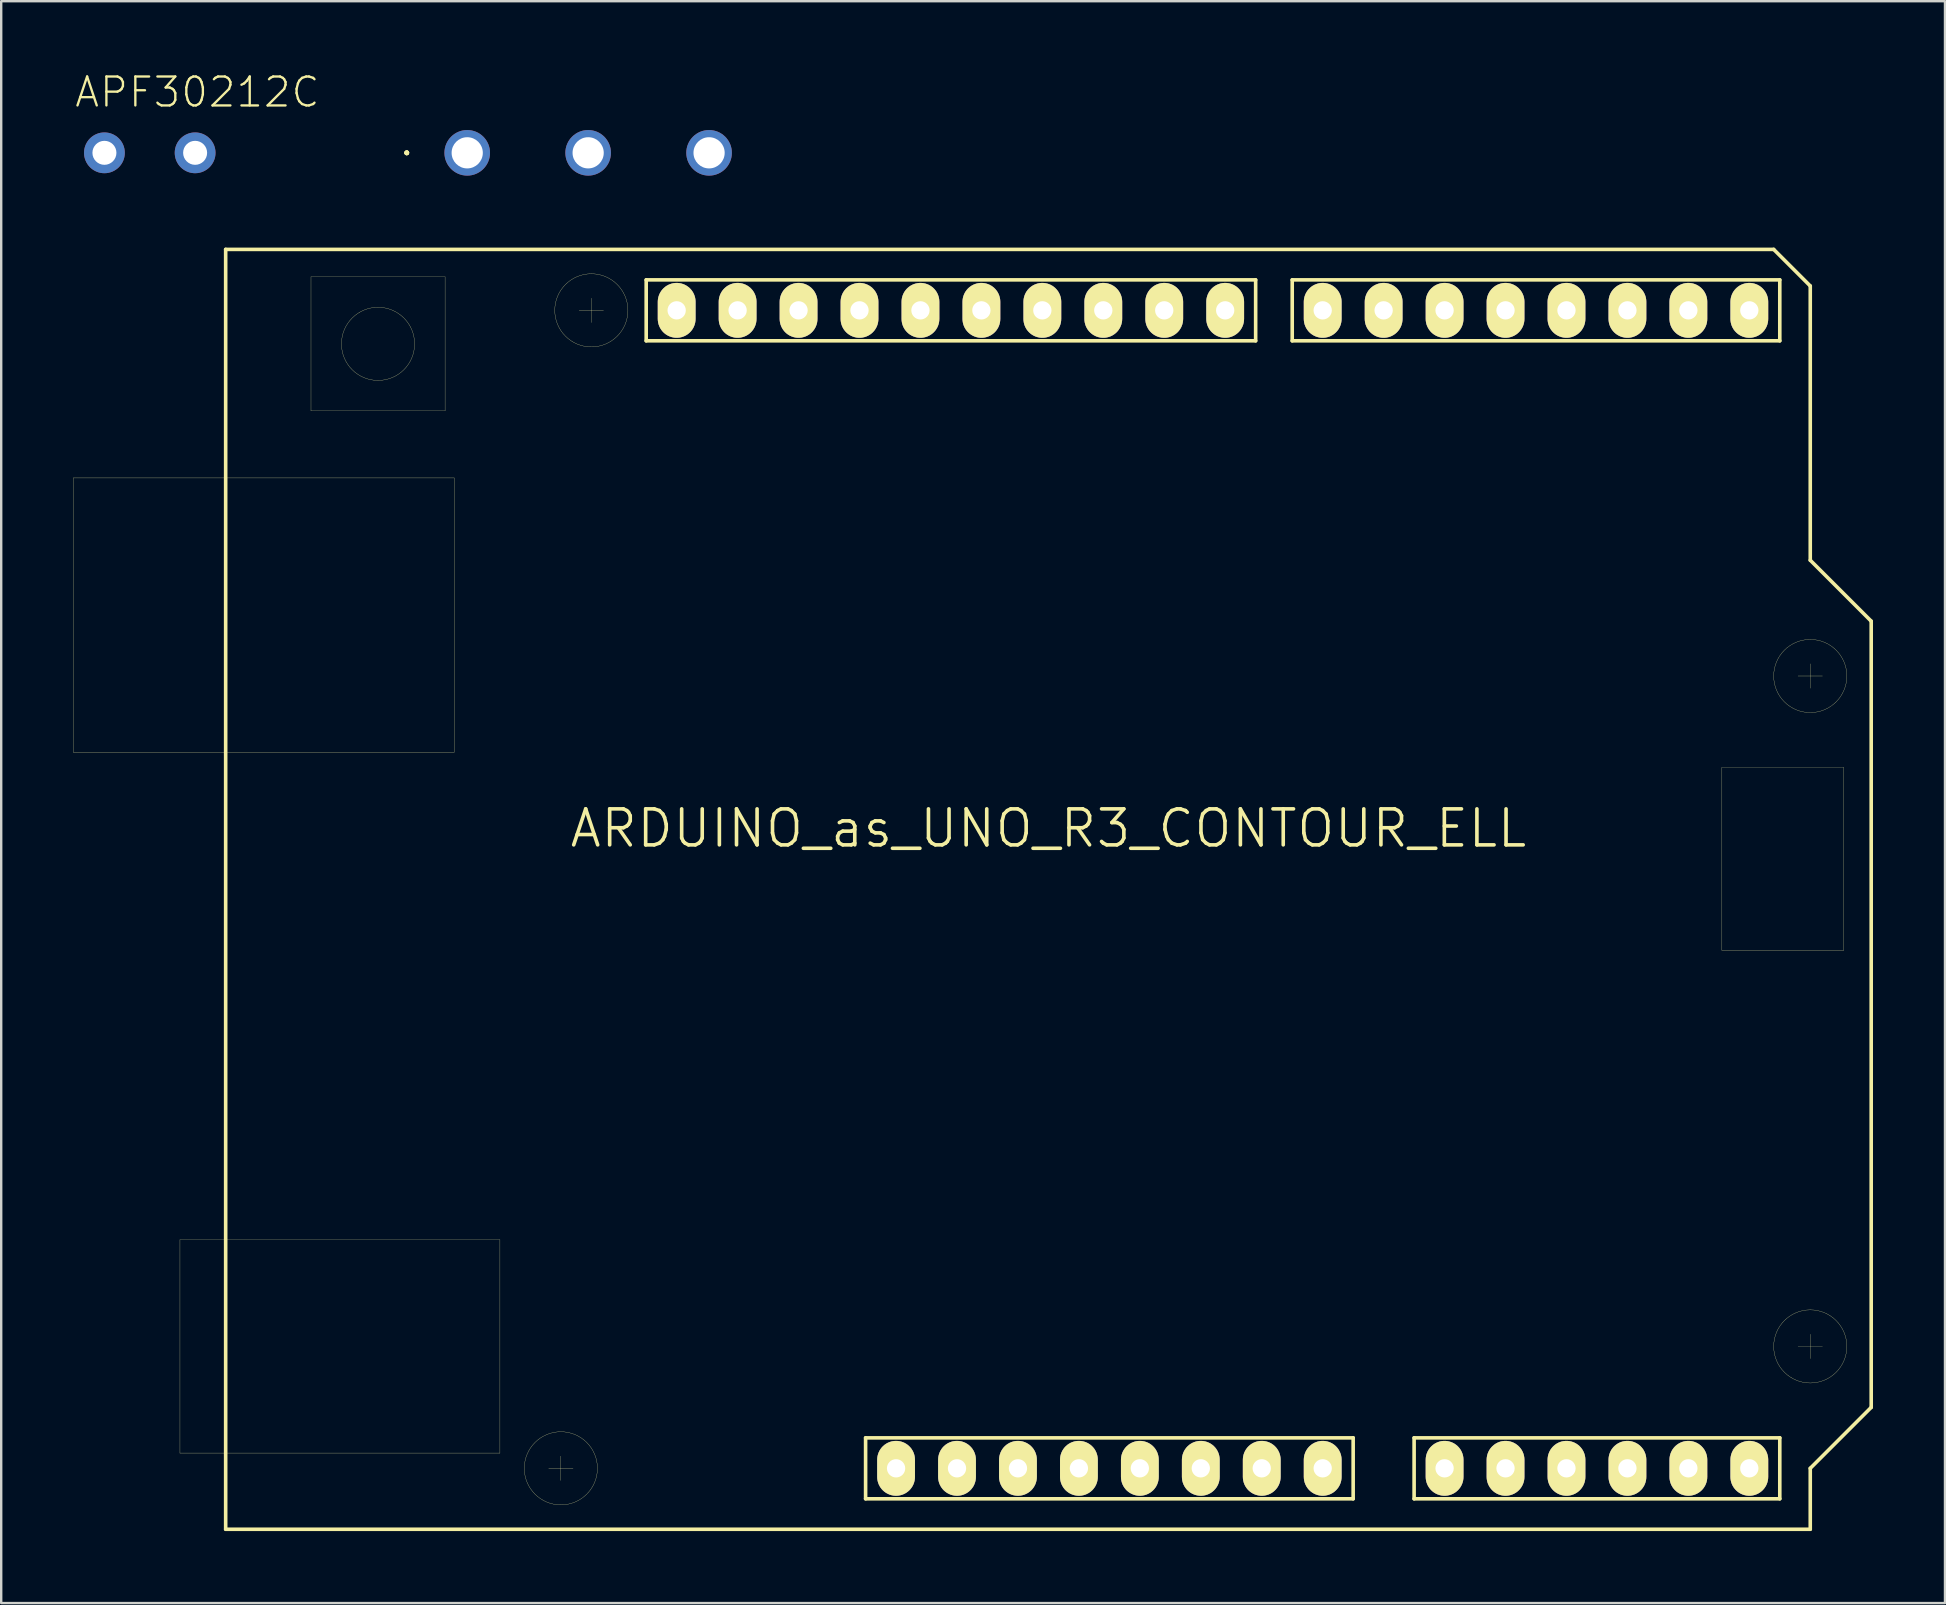
<source format=kicad_pcb>
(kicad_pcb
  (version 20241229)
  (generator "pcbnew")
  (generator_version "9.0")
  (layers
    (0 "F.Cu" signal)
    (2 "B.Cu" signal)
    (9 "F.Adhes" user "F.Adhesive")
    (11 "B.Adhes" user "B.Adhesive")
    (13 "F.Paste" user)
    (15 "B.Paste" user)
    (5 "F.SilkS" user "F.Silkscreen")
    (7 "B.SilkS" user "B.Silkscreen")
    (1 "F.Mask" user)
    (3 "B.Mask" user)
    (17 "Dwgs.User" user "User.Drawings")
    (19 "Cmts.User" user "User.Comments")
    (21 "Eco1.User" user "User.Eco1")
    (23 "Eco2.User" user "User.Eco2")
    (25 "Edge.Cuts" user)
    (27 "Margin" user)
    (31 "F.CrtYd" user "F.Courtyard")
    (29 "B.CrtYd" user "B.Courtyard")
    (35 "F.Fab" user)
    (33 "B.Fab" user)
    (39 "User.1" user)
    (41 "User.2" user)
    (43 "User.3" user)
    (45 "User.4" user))
  (footprint "ARDUINO_as_UNO_R3_CONTOUR_ELL"
    (layer "F.Cu")
    (at 40.645 34.014)
    (property "Reference" "ARDUINO_as_UNO_R3_CONTOUR_ELL" (at 0 -2.54 0) (layer "F.SilkS") (effects (font (size 1.5 1.5) (thickness 0.15))))
    (attr through_hole)
    (fp_line (start -40.64 -17.145) (end -24.765 -17.145) (stroke (width 0.01) (type solid)) (layer "F.SilkS"))
    (fp_line (start -40.64 -5.715) (end -40.64 -17.145) (stroke (width 0.01) (type solid)) (layer "F.SilkS"))
    (fp_line (start -36.195 14.605) (end -22.86 14.605) (stroke (width 0.01) (type solid)) (layer "F.SilkS"))
    (fp_line (start -36.195 23.495) (end -36.195 14.605) (stroke (width 0.01) (type solid)) (layer "F.SilkS"))
    (fp_line (start -34.29 -26.67) (end 30.226 -26.67) (stroke (width 0.15) (type solid)) (layer "F.SilkS"))
    (fp_line (start -34.29 26.67) (end -34.29 -26.67) (stroke (width 0.15) (type solid)) (layer "F.SilkS"))
    (fp_line (start -30.734 -25.527) (end -25.146 -25.527) (stroke (width 0.01) (type solid)) (layer "F.SilkS"))
    (fp_line (start -30.734 -19.939) (end -30.734 -25.527) (stroke (width 0.01) (type solid)) (layer "F.SilkS"))
    (fp_line (start -25.146 -25.527) (end -25.146 -19.939) (stroke (width 0.01) (type solid)) (layer "F.SilkS"))
    (fp_line (start -25.146 -19.939) (end -30.734 -19.939) (stroke (width 0.01) (type solid)) (layer "F.SilkS"))
    (fp_line (start -24.765 -17.145) (end -24.765 -5.715) (stroke (width 0.01) (type solid)) (layer "F.SilkS"))
    (fp_line (start -24.765 -5.715) (end -40.64 -5.715) (stroke (width 0.01) (type solid)) (layer "F.SilkS"))
    (fp_line (start -22.86 14.605) (end -22.86 23.495) (stroke (width 0.01) (type solid)) (layer "F.SilkS"))
    (fp_line (start -22.86 23.495) (end -36.195 23.495) (stroke (width 0.01) (type solid)) (layer "F.SilkS"))
    (fp_line (start -20.828 24.13) (end -19.812 24.13) (stroke (width 0.01) (type solid)) (layer "F.SilkS"))
    (fp_line (start -20.32 23.622) (end -20.32 24.638) (stroke (width 0.01) (type solid)) (layer "F.SilkS"))
    (fp_line (start -19.558 -24.13) (end -18.542 -24.13) (stroke (width 0.01) (type solid)) (layer "F.SilkS"))
    (fp_line (start -19.05 -24.638) (end -19.05 -23.622) (stroke (width 0.01) (type solid)) (layer "F.SilkS"))
    (fp_line (start -16.764 -25.4) (end 8.636 -25.4) (stroke (width 0.15) (type solid)) (layer "F.SilkS"))
    (fp_line (start -16.764 -22.86) (end -16.764 -25.4) (stroke (width 0.15) (type solid)) (layer "F.SilkS"))
    (fp_line (start -7.62 22.86) (end 12.7 22.86) (stroke (width 0.15) (type solid)) (layer "F.SilkS"))
    (fp_line (start -7.62 25.4) (end -7.62 22.86) (stroke (width 0.15) (type solid)) (layer "F.SilkS"))
    (fp_line (start 8.636 -25.4) (end 8.636 -22.86) (stroke (width 0.15) (type solid)) (layer "F.SilkS"))
    (fp_line (start 8.636 -22.86) (end -16.764 -22.86) (stroke (width 0.15) (type solid)) (layer "F.SilkS"))
    (fp_line (start 10.16 -25.4) (end 30.48 -25.4) (stroke (width 0.15) (type solid)) (layer "F.SilkS"))
    (fp_line (start 10.16 -22.86) (end 10.16 -25.4) (stroke (width 0.15) (type solid)) (layer "F.SilkS"))
    (fp_line (start 12.7 22.86) (end 12.7 25.4) (stroke (width 0.15) (type solid)) (layer "F.SilkS"))
    (fp_line (start 12.7 25.4) (end -7.62 25.4) (stroke (width 0.15) (type solid)) (layer "F.SilkS"))
    (fp_line (start 15.24 22.86) (end 30.48 22.86) (stroke (width 0.15) (type solid)) (layer "F.SilkS"))
    (fp_line (start 15.24 25.4) (end 15.24 22.86) (stroke (width 0.15) (type solid)) (layer "F.SilkS"))
    (fp_line (start 28.067 -5.08) (end 28.067 2.54) (stroke (width 0.01) (type solid)) (layer "F.SilkS"))
    (fp_line (start 28.067 -5.08) (end 33.147 -5.08) (stroke (width 0.01) (type solid)) (layer "F.SilkS"))
    (fp_line (start 28.067 2.54) (end 33.147 2.54) (stroke (width 0.01) (type solid)) (layer "F.SilkS"))
    (fp_line (start 30.48 -25.4) (end 30.48 -22.86) (stroke (width 0.15) (type solid)) (layer "F.SilkS"))
    (fp_line (start 30.48 -22.86) (end 10.16 -22.86) (stroke (width 0.15) (type solid)) (layer "F.SilkS"))
    (fp_line (start 30.48 22.86) (end 30.48 25.4) (stroke (width 0.15) (type solid)) (layer "F.SilkS"))
    (fp_line (start 30.48 25.4) (end 15.24 25.4) (stroke (width 0.15) (type solid)) (layer "F.SilkS"))
    (fp_line (start 31.242 19.05) (end 32.258 19.05) (stroke (width 0.01) (type solid)) (layer "F.SilkS"))
    (fp_line (start 31.75 -25.146) (end 30.226 -26.67) (stroke (width 0.15) (type solid)) (layer "F.SilkS"))
    (fp_line (start 31.75 -25.146) (end 31.75 -13.716) (stroke (width 0.15) (type solid)) (layer "F.SilkS"))
    (fp_line (start 31.75 -13.716) (end 34.29 -11.176) (stroke (width 0.15) (type solid)) (layer "F.SilkS"))
    (fp_line (start 31.75 -9.398) (end 31.75 -8.382) (stroke (width 0.01) (type solid)) (layer "F.SilkS"))
    (fp_line (start 31.75 18.542) (end 31.75 19.558) (stroke (width 0.01) (type solid)) (layer "F.SilkS"))
    (fp_line (start 31.75 24.13) (end 31.75 26.67) (stroke (width 0.15) (type solid)) (layer "F.SilkS"))
    (fp_line (start 31.75 26.67) (end -34.29 26.67) (stroke (width 0.15) (type solid)) (layer "F.SilkS"))
    (fp_line (start 32.258 -8.89) (end 31.242 -8.89) (stroke (width 0.01) (type solid)) (layer "F.SilkS"))
    (fp_line (start 33.147 -5.08) (end 33.147 2.54) (stroke (width 0.01) (type solid)) (layer "F.SilkS"))
    (fp_line (start 34.29 -11.176) (end 34.29 21.59) (stroke (width 0.15) (type solid)) (layer "F.SilkS"))
    (fp_line (start 34.29 21.59) (end 31.75 24.13) (stroke (width 0.15) (type solid)) (layer "F.SilkS"))
    (fp_circle (center -27.94 -22.733) (end -29.464 -22.733) (stroke (width 0.01) (type solid)) (fill no) (layer "F.SilkS"))
    (fp_circle (center -20.32 24.13) (end -18.796 24.13) (stroke (width 0.01) (type solid)) (fill no) (layer "F.SilkS"))
    (fp_circle (center -19.05 -24.13) (end -17.526 -24.13) (stroke (width 0.01) (type solid)) (fill no) (layer "F.SilkS"))
    (fp_circle (center 31.75 -8.89) (end 33.274 -8.89) (stroke (width 0.01) (type solid)) (fill no) (layer "F.SilkS"))
    (fp_circle (center 31.75 19.05) (end 33.274 19.05) (stroke (width 0.01) (type solid)) (fill no) (layer "F.SilkS"))
    (pad "0" thru_hole oval (at 29.21 -24.13) (size 1.575 2.286) (drill 0.762) (layers "*.Cu" "*.Mask" "F.SilkS"))
    (pad "1" thru_hole oval (at 26.67 -24.13) (size 1.575 2.286) (drill 0.762) (layers "*.Cu" "*.Mask" "F.SilkS"))
    (pad "2" thru_hole oval (at 24.13 -24.13) (size 1.575 2.286) (drill 0.762) (layers "*.Cu" "*.Mask" "F.SilkS"))
    (pad "3" thru_hole oval (at 21.59 -24.13) (size 1.575 2.286) (drill 0.762) (layers "*.Cu" "*.Mask" "F.SilkS"))
    (pad "3V3" thru_hole oval (at 1.27 24.13) (size 1.575 2.286) (drill 0.762) (layers "*.Cu" "*.Mask" "F.SilkS"))
    (pad "4" thru_hole oval (at 19.05 -24.13) (size 1.575 2.286) (drill 0.762) (layers "*.Cu" "*.Mask" "F.SilkS"))
    (pad "5" thru_hole oval (at 16.51 -24.13) (size 1.575 2.286) (drill 0.762) (layers "*.Cu" "*.Mask" "F.SilkS"))
    (pad "5V" thru_hole oval (at 3.81 24.13) (size 1.575 2.286) (drill 0.762) (layers "*.Cu" "*.Mask" "F.SilkS"))
    (pad "6" thru_hole oval (at 13.97 -24.13) (size 1.575 2.286) (drill 0.762) (layers "*.Cu" "*.Mask" "F.SilkS"))
    (pad "7" thru_hole oval (at 11.43 -24.13) (size 1.575 2.286) (drill 0.762) (layers "*.Cu" "*.Mask" "F.SilkS"))
    (pad "8" thru_hole oval (at 7.366 -24.13) (size 1.575 2.286) (drill 0.762) (layers "*.Cu" "*.Mask" "F.SilkS"))
    (pad "9" thru_hole oval (at 4.826 -24.13) (size 1.575 2.286) (drill 0.762) (layers "*.Cu" "*.Mask" "F.SilkS"))
    (pad "10" thru_hole oval (at 2.286 -24.13) (size 1.575 2.286) (drill 0.762) (layers "*.Cu" "*.Mask" "F.SilkS"))
    (pad "11" thru_hole oval (at -0.254 -24.13) (size 1.575 2.286) (drill 0.762) (layers "*.Cu" "*.Mask" "F.SilkS"))
    (pad "12" thru_hole oval (at -2.794 -24.13) (size 1.575 2.286) (drill 0.762) (layers "*.Cu" "*.Mask" "F.SilkS"))
    (pad "13" thru_hole oval (at -5.334 -24.13) (size 1.575 2.286) (drill 0.762) (layers "*.Cu" "*.Mask" "F.SilkS"))
    (pad "A0" thru_hole oval (at 16.51 24.13) (size 1.575 2.286) (drill 0.762) (layers "*.Cu" "*.Mask" "F.SilkS"))
    (pad "A1" thru_hole oval (at 19.05 24.13) (size 1.575 2.286) (drill 0.762) (layers "*.Cu" "*.Mask" "F.SilkS"))
    (pad "A2" thru_hole oval (at 21.59 24.13) (size 1.575 2.286) (drill 0.762) (layers "*.Cu" "*.Mask" "F.SilkS"))
    (pad "A3" thru_hole oval (at 24.13 24.13) (size 1.575 2.286) (drill 0.762) (layers "*.Cu" "*.Mask" "F.SilkS"))
    (pad "A4/1" thru_hole oval (at 26.67 24.13) (size 1.575 2.286) (drill 0.762) (layers "*.Cu" "*.Mask" "F.SilkS"))
    (pad "A4/2" thru_hole oval (at -12.954 -24.13) (size 1.575 2.286) (drill 0.762) (layers "*.Cu" "*.Mask" "F.SilkS"))
    (pad "A5/1" thru_hole oval (at 29.21 24.13) (size 1.575 2.286) (drill 0.762) (layers "*.Cu" "*.Mask" "F.SilkS"))
    (pad "A5/2" thru_hole oval (at -15.494 -24.13) (size 1.575 2.286) (drill 0.762) (layers "*.Cu" "*.Mask" "F.SilkS"))
    (pad "AREF" thru_hole oval (at -10.414 -24.13) (size 1.575 2.286) (drill 0.762) (layers "*.Cu" "*.Mask" "F.SilkS"))
    (pad "GND1" thru_hole oval (at 6.35 24.13) (size 1.575 2.286) (drill 0.762) (layers "*.Cu" "*.Mask" "F.SilkS"))
    (pad "GND2" thru_hole oval (at 8.89 24.13) (size 1.575 2.286) (drill 0.762) (layers "*.Cu" "*.Mask" "F.SilkS"))
    (pad "GND3" thru_hole oval (at -7.874 -24.13) (size 1.575 2.286) (drill 0.762) (layers "*.Cu" "*.Mask" "F.SilkS"))
    (pad "IREF" thru_hole oval (at -3.81 24.13) (size 1.575 2.286) (drill 0.762) (layers "*.Cu" "*.Mask" "F.SilkS"))
    (pad "NC" thru_hole oval (at -6.35 24.13) (size 1.575 2.286) (drill 0.762) (layers "*.Cu" "*.Mask" "F.SilkS"))
    (pad "RST" thru_hole oval (at -1.27 24.13) (size 1.575 2.286) (drill 0.762) (layers "*.Cu" "*.Mask" "F.SilkS"))
    (pad "VIN" thru_hole oval (at 11.43 24.13) (size 1.575 2.286) (drill 0.762) (layers "*.Cu" "*.Mask" "F.SilkS")))
  (footprint "APF30212C"
    (layer "F.Cu")
    (at 13.902 3.319)
    (property "Reference" "APF30212C" (at -13.902 -1.823 0) (layer "F.SilkS") (effects (font (size 1.206 1.206) (thickness 0.097)) (justify left bottom)))
    (attr through_hole)
    (fp_line (start 0 0) (end 0 0) (stroke (width 0.203) (type solid)) (layer "F.SilkS"))
    (fp_line (start 0 0) (end 0 0) (stroke (width 0.203) (type solid)) (layer "F.SilkS"))
    (fp_line (start 0 0) (end 0 0) (stroke (width 0.203) (type solid)) (layer "F.SilkS"))
    (fp_line (start 0 0) (end 0 0) (stroke (width 0.203) (type solid)) (layer "F.SilkS"))
    (pad "1" thru_hole circle (at -12.6 0) (size 1.7 1.7) (drill 1) (layers "*.Cu" "*.Mask"))
    (pad "2" thru_hole circle (at -8.82 0) (size 1.7 1.7) (drill 1) (layers "*.Cu" "*.Mask"))
    (pad "COM" thru_hole circle (at 7.56 0) (size 1.9 1.9) (drill 1.3) (layers "*.Cu" "*.Mask"))
    (pad "NC" thru_hole circle (at 2.52 0) (size 1.9 1.9) (drill 1.3) (layers "*.Cu" "*.Mask"))
    (pad "NO" thru_hole circle (at 12.6 0) (size 1.9 1.9) (drill 1.3) (layers "*.Cu" "*.Mask")))
  (gr_rect
    (start -3 -3)
    (end 78.01 63.759)
    (stroke (width 0.1) (type default))
    (fill no)
    (layer "Edge.Cuts")))
</source>
